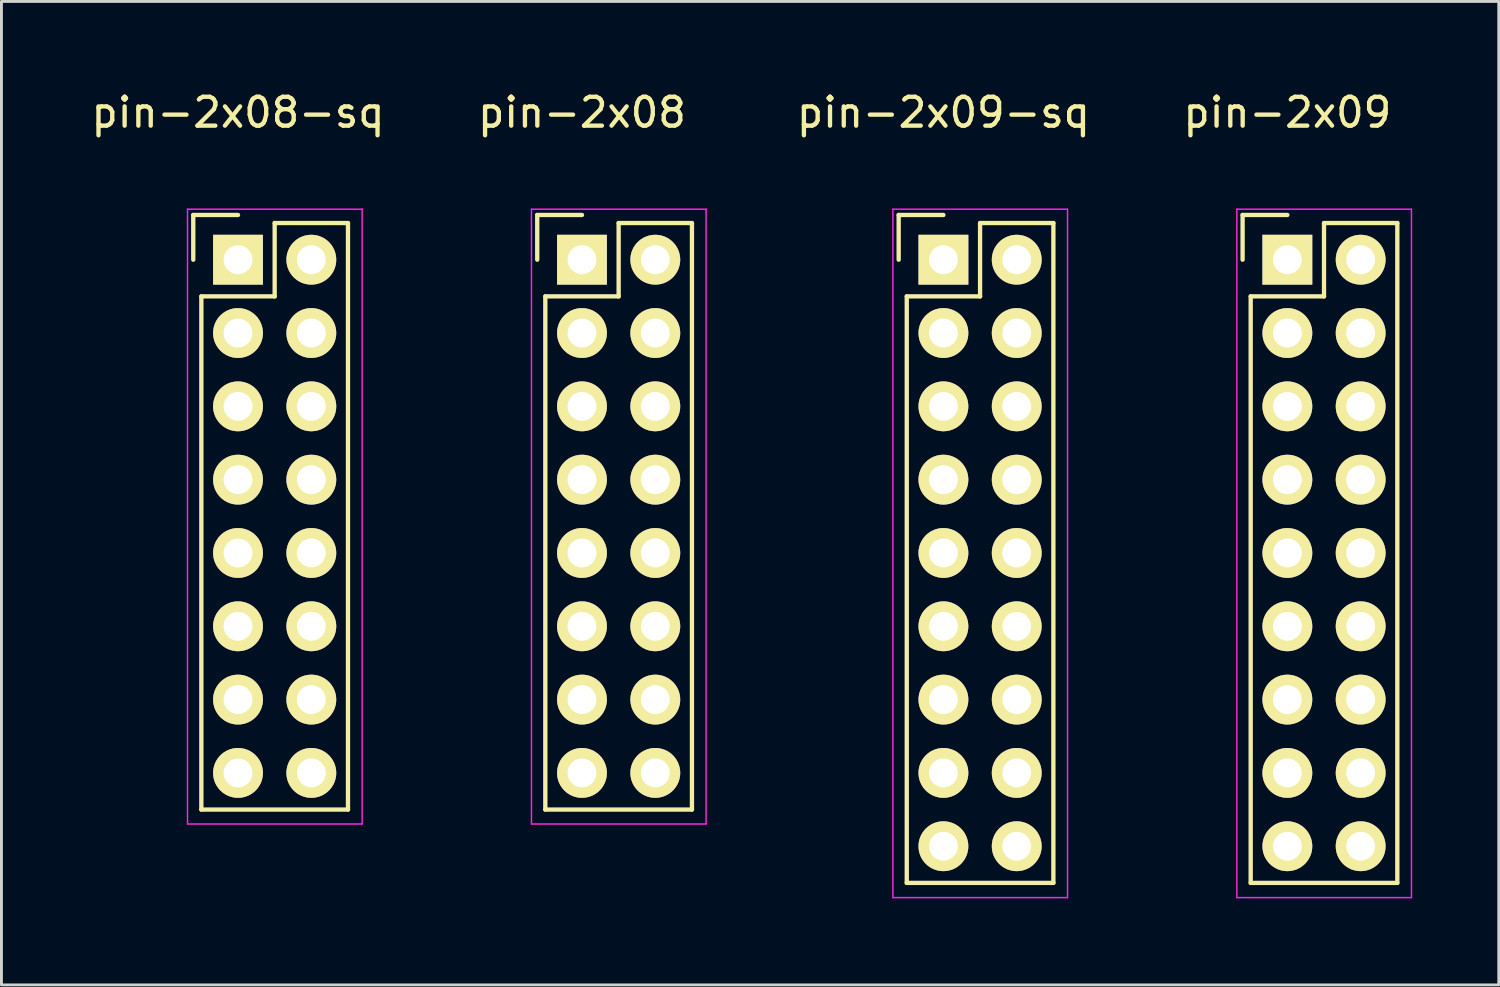
<source format=kicad_pcb>
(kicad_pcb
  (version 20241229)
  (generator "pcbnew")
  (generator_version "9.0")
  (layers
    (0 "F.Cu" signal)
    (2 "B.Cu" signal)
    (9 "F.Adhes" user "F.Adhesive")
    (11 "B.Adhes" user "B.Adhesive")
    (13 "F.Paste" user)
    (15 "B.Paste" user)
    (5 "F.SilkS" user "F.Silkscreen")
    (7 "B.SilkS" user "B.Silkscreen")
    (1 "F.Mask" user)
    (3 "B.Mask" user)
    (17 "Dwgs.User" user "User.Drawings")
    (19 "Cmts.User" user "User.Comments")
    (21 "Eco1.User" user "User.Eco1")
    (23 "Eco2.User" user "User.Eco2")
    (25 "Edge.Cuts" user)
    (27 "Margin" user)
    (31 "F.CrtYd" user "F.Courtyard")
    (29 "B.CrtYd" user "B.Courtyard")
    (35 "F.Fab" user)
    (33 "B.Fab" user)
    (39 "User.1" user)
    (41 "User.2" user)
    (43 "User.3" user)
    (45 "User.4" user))
  (footprint "pin-2x09"
    (layer "F.Cu")
    (at 41.551 5.948)
    (property "Reference" "pin-2x09" (at 0 -5.1 0) (layer "F.SilkS") (effects (font (size 1 1) (thickness 0.15))))
    (attr through_hole)
    (fp_line (start -1.55 -1.55) (end -1.55 0) (stroke (width 0.15) (type solid)) (layer "F.SilkS"))
    (fp_line (start -1.27 1.27) (end -1.27 21.59) (stroke (width 0.15) (type solid)) (layer "F.SilkS"))
    (fp_line (start 0 -1.55) (end -1.55 -1.55) (stroke (width 0.15) (type solid)) (layer "F.SilkS"))
    (fp_line (start 1.27 -1.27) (end 1.27 1.27) (stroke (width 0.15) (type solid)) (layer "F.SilkS"))
    (fp_line (start 1.27 1.27) (end -1.27 1.27) (stroke (width 0.15) (type solid)) (layer "F.SilkS"))
    (fp_line (start 3.81 -1.27) (end 1.27 -1.27) (stroke (width 0.15) (type solid)) (layer "F.SilkS"))
    (fp_line (start 3.81 21.59) (end -1.27 21.59) (stroke (width 0.15) (type solid)) (layer "F.SilkS"))
    (fp_line (start 3.81 21.59) (end 3.81 -1.27) (stroke (width 0.15) (type solid)) (layer "F.SilkS"))
    (fp_line (start -1.75 -1.75) (end -1.75 22.1) (stroke (width 0.05) (type solid)) (layer "F.CrtYd"))
    (fp_line (start -1.75 -1.75) (end 4.3 -1.75) (stroke (width 0.05) (type solid)) (layer "F.CrtYd"))
    (fp_line (start -1.75 22.1) (end 4.3 22.1) (stroke (width 0.05) (type solid)) (layer "F.CrtYd"))
    (fp_line (start 4.3 -1.75) (end 4.3 22.1) (stroke (width 0.05) (type solid)) (layer "F.CrtYd"))
    (pad "1" thru_hole rect (at 0 0) (size 1.727 1.727) (drill 1) (layers "*.Cu" "*.Mask" "F.SilkS"))
    (pad "2" thru_hole oval (at 2.54 0) (size 1.727 1.727) (drill 1) (layers "*.Cu" "*.Mask" "F.SilkS"))
    (pad "3" thru_hole oval (at 0 2.54) (size 1.727 1.727) (drill 1) (layers "*.Cu" "*.Mask" "F.SilkS"))
    (pad "4" thru_hole oval (at 2.54 2.54) (size 1.727 1.727) (drill 1) (layers "*.Cu" "*.Mask" "F.SilkS"))
    (pad "5" thru_hole oval (at 0 5.08) (size 1.727 1.727) (drill 1) (layers "*.Cu" "*.Mask" "F.SilkS"))
    (pad "6" thru_hole oval (at 2.54 5.08) (size 1.727 1.727) (drill 1) (layers "*.Cu" "*.Mask" "F.SilkS"))
    (pad "7" thru_hole oval (at 0 7.62) (size 1.727 1.727) (drill 1) (layers "*.Cu" "*.Mask" "F.SilkS"))
    (pad "8" thru_hole oval (at 2.54 7.62) (size 1.727 1.727) (drill 1) (layers "*.Cu" "*.Mask" "F.SilkS"))
    (pad "9" thru_hole oval (at 0 10.16) (size 1.727 1.727) (drill 1) (layers "*.Cu" "*.Mask" "F.SilkS"))
    (pad "10" thru_hole oval (at 2.54 10.16) (size 1.727 1.727) (drill 1) (layers "*.Cu" "*.Mask" "F.SilkS"))
    (pad "11" thru_hole oval (at 0 12.7) (size 1.727 1.727) (drill 1) (layers "*.Cu" "*.Mask" "F.SilkS"))
    (pad "12" thru_hole oval (at 2.54 12.7) (size 1.727 1.727) (drill 1) (layers "*.Cu" "*.Mask" "F.SilkS"))
    (pad "13" thru_hole oval (at 0 15.24) (size 1.727 1.727) (drill 1) (layers "*.Cu" "*.Mask" "F.SilkS"))
    (pad "14" thru_hole oval (at 2.54 15.24) (size 1.727 1.727) (drill 1) (layers "*.Cu" "*.Mask" "F.SilkS"))
    (pad "15" thru_hole oval (at 0 17.78) (size 1.727 1.727) (drill 1) (layers "*.Cu" "*.Mask" "F.SilkS"))
    (pad "16" thru_hole oval (at 2.54 17.78) (size 1.727 1.727) (drill 1) (layers "*.Cu" "*.Mask" "F.SilkS"))
    (pad "17" thru_hole oval (at 0 20.32) (size 1.727 1.727) (drill 1) (layers "*.Cu" "*.Mask" "F.SilkS"))
    (pad "18" thru_hole oval (at 2.54 20.32) (size 1.727 1.727) (drill 1) (layers "*.Cu" "*.Mask" "F.SilkS")))
  (footprint "pin-2x09-sq"
    (layer "F.Cu")
    (at 29.635 5.948)
    (property "Reference" "pin-2x09-sq" (at 0 -5.1 0) (layer "F.SilkS") (effects (font (size 1 1) (thickness 0.15))))
    (attr through_hole)
    (fp_line (start -1.55 -1.55) (end -1.55 0) (stroke (width 0.15) (type solid)) (layer "F.SilkS"))
    (fp_line (start -1.27 1.27) (end -1.27 21.59) (stroke (width 0.15) (type solid)) (layer "F.SilkS"))
    (fp_line (start 0 -1.55) (end -1.55 -1.55) (stroke (width 0.15) (type solid)) (layer "F.SilkS"))
    (fp_line (start 1.27 -1.27) (end 1.27 1.27) (stroke (width 0.15) (type solid)) (layer "F.SilkS"))
    (fp_line (start 1.27 1.27) (end -1.27 1.27) (stroke (width 0.15) (type solid)) (layer "F.SilkS"))
    (fp_line (start 3.81 -1.27) (end 1.27 -1.27) (stroke (width 0.15) (type solid)) (layer "F.SilkS"))
    (fp_line (start 3.81 21.59) (end -1.27 21.59) (stroke (width 0.15) (type solid)) (layer "F.SilkS"))
    (fp_line (start 3.81 21.59) (end 3.81 -1.27) (stroke (width 0.15) (type solid)) (layer "F.SilkS"))
    (fp_line (start -1.75 -1.75) (end -1.75 22.1) (stroke (width 0.05) (type solid)) (layer "F.CrtYd"))
    (fp_line (start -1.75 -1.75) (end 4.3 -1.75) (stroke (width 0.05) (type solid)) (layer "F.CrtYd"))
    (fp_line (start -1.75 22.1) (end 4.3 22.1) (stroke (width 0.05) (type solid)) (layer "F.CrtYd"))
    (fp_line (start 4.3 -1.75) (end 4.3 22.1) (stroke (width 0.05) (type solid)) (layer "F.CrtYd"))
    (pad "1" thru_hole rect (at 0 0) (size 1.727 1.727) (drill 1) (layers "*.Cu" "*.Mask" "F.SilkS"))
    (pad "2" thru_hole oval (at 2.54 0) (size 1.727 1.727) (drill 1) (layers "*.Cu" "*.Mask" "F.SilkS"))
    (pad "3" thru_hole oval (at 0 2.54) (size 1.727 1.727) (drill 1) (layers "*.Cu" "*.Mask" "F.SilkS"))
    (pad "4" thru_hole oval (at 2.54 2.54) (size 1.727 1.727) (drill 1) (layers "*.Cu" "*.Mask" "F.SilkS"))
    (pad "5" thru_hole oval (at 0 5.08) (size 1.727 1.727) (drill 1) (layers "*.Cu" "*.Mask" "F.SilkS"))
    (pad "6" thru_hole oval (at 2.54 5.08) (size 1.727 1.727) (drill 1) (layers "*.Cu" "*.Mask" "F.SilkS"))
    (pad "7" thru_hole oval (at 0 7.62) (size 1.727 1.727) (drill 1) (layers "*.Cu" "*.Mask" "F.SilkS"))
    (pad "8" thru_hole oval (at 2.54 7.62) (size 1.727 1.727) (drill 1) (layers "*.Cu" "*.Mask" "F.SilkS"))
    (pad "9" thru_hole oval (at 0 10.16) (size 1.727 1.727) (drill 1) (layers "*.Cu" "*.Mask" "F.SilkS"))
    (pad "10" thru_hole oval (at 2.54 10.16) (size 1.727 1.727) (drill 1) (layers "*.Cu" "*.Mask" "F.SilkS"))
    (pad "11" thru_hole oval (at 0 12.7) (size 1.727 1.727) (drill 1) (layers "*.Cu" "*.Mask" "F.SilkS"))
    (pad "12" thru_hole oval (at 2.54 12.7) (size 1.727 1.727) (drill 1) (layers "*.Cu" "*.Mask" "F.SilkS"))
    (pad "13" thru_hole oval (at 0 15.24) (size 1.727 1.727) (drill 1) (layers "*.Cu" "*.Mask" "F.SilkS"))
    (pad "14" thru_hole oval (at 2.54 15.24) (size 1.727 1.727) (drill 1) (layers "*.Cu" "*.Mask" "F.SilkS"))
    (pad "15" thru_hole oval (at 0 17.78) (size 1.727 1.727) (drill 1) (layers "*.Cu" "*.Mask" "F.SilkS"))
    (pad "16" thru_hole oval (at 2.54 17.78) (size 1.727 1.727) (drill 1) (layers "*.Cu" "*.Mask" "F.SilkS"))
    (pad "17" thru_hole oval (at 0 20.32) (size 1.727 1.727) (drill 1) (layers "*.Cu" "*.Mask" "F.SilkS"))
    (pad "18" thru_hole oval (at 2.54 20.32) (size 1.727 1.727) (drill 1) (layers "*.Cu" "*.Mask" "F.SilkS")))
  (footprint "pin-2x08"
    (layer "F.Cu")
    (at 17.113 5.948)
    (property "Reference" "pin-2x08" (at 0 -5.1 0) (layer "F.SilkS") (effects (font (size 1 1) (thickness 0.15))))
    (attr through_hole)
    (fp_line (start -1.55 -1.55) (end -1.55 0) (stroke (width 0.15) (type solid)) (layer "F.SilkS"))
    (fp_line (start -1.27 1.27) (end -1.27 19.05) (stroke (width 0.15) (type solid)) (layer "F.SilkS"))
    (fp_line (start 0 -1.55) (end -1.55 -1.55) (stroke (width 0.15) (type solid)) (layer "F.SilkS"))
    (fp_line (start 1.27 -1.27) (end 1.27 1.27) (stroke (width 0.15) (type solid)) (layer "F.SilkS"))
    (fp_line (start 1.27 1.27) (end -1.27 1.27) (stroke (width 0.15) (type solid)) (layer "F.SilkS"))
    (fp_line (start 3.81 -1.27) (end 1.27 -1.27) (stroke (width 0.15) (type solid)) (layer "F.SilkS"))
    (fp_line (start 3.81 19.05) (end -1.27 19.05) (stroke (width 0.15) (type solid)) (layer "F.SilkS"))
    (fp_line (start 3.81 19.05) (end 3.81 -1.27) (stroke (width 0.15) (type solid)) (layer "F.SilkS"))
    (fp_line (start -1.75 -1.75) (end -1.75 19.55) (stroke (width 0.05) (type solid)) (layer "F.CrtYd"))
    (fp_line (start -1.75 -1.75) (end 4.3 -1.75) (stroke (width 0.05) (type solid)) (layer "F.CrtYd"))
    (fp_line (start -1.75 19.55) (end 4.3 19.55) (stroke (width 0.05) (type solid)) (layer "F.CrtYd"))
    (fp_line (start 4.3 -1.75) (end 4.3 19.55) (stroke (width 0.05) (type solid)) (layer "F.CrtYd"))
    (pad "1" thru_hole rect (at 0 0) (size 1.727 1.727) (drill 1) (layers "*.Cu" "*.Mask" "F.SilkS"))
    (pad "2" thru_hole oval (at 2.54 0) (size 1.727 1.727) (drill 1) (layers "*.Cu" "*.Mask" "F.SilkS"))
    (pad "3" thru_hole oval (at 0 2.54) (size 1.727 1.727) (drill 1) (layers "*.Cu" "*.Mask" "F.SilkS"))
    (pad "4" thru_hole oval (at 2.54 2.54) (size 1.727 1.727) (drill 1) (layers "*.Cu" "*.Mask" "F.SilkS"))
    (pad "5" thru_hole oval (at 0 5.08) (size 1.727 1.727) (drill 1) (layers "*.Cu" "*.Mask" "F.SilkS"))
    (pad "6" thru_hole oval (at 2.54 5.08) (size 1.727 1.727) (drill 1) (layers "*.Cu" "*.Mask" "F.SilkS"))
    (pad "7" thru_hole oval (at 0 7.62) (size 1.727 1.727) (drill 1) (layers "*.Cu" "*.Mask" "F.SilkS"))
    (pad "8" thru_hole oval (at 2.54 7.62) (size 1.727 1.727) (drill 1) (layers "*.Cu" "*.Mask" "F.SilkS"))
    (pad "9" thru_hole oval (at 0 10.16) (size 1.727 1.727) (drill 1) (layers "*.Cu" "*.Mask" "F.SilkS"))
    (pad "10" thru_hole oval (at 2.54 10.16) (size 1.727 1.727) (drill 1) (layers "*.Cu" "*.Mask" "F.SilkS"))
    (pad "11" thru_hole oval (at 0 12.7) (size 1.727 1.727) (drill 1) (layers "*.Cu" "*.Mask" "F.SilkS"))
    (pad "12" thru_hole oval (at 2.54 12.7) (size 1.727 1.727) (drill 1) (layers "*.Cu" "*.Mask" "F.SilkS"))
    (pad "13" thru_hole oval (at 0 15.24) (size 1.727 1.727) (drill 1) (layers "*.Cu" "*.Mask" "F.SilkS"))
    (pad "14" thru_hole oval (at 2.54 15.24) (size 1.727 1.727) (drill 1) (layers "*.Cu" "*.Mask" "F.SilkS"))
    (pad "15" thru_hole oval (at 0 17.78) (size 1.727 1.727) (drill 1) (layers "*.Cu" "*.Mask" "F.SilkS"))
    (pad "16" thru_hole oval (at 2.54 17.78) (size 1.727 1.727) (drill 1) (layers "*.Cu" "*.Mask" "F.SilkS")))
  (footprint "pin-2x08-sq"
    (layer "F.Cu")
    (at 5.196 5.948)
    (property "Reference" "pin-2x08-sq" (at 0 -5.1 0) (layer "F.SilkS") (effects (font (size 1 1) (thickness 0.15))))
    (attr through_hole)
    (fp_line (start -1.55 -1.55) (end -1.55 0) (stroke (width 0.15) (type solid)) (layer "F.SilkS"))
    (fp_line (start -1.27 1.27) (end -1.27 19.05) (stroke (width 0.15) (type solid)) (layer "F.SilkS"))
    (fp_line (start 0 -1.55) (end -1.55 -1.55) (stroke (width 0.15) (type solid)) (layer "F.SilkS"))
    (fp_line (start 1.27 -1.27) (end 1.27 1.27) (stroke (width 0.15) (type solid)) (layer "F.SilkS"))
    (fp_line (start 1.27 1.27) (end -1.27 1.27) (stroke (width 0.15) (type solid)) (layer "F.SilkS"))
    (fp_line (start 3.81 -1.27) (end 1.27 -1.27) (stroke (width 0.15) (type solid)) (layer "F.SilkS"))
    (fp_line (start 3.81 19.05) (end -1.27 19.05) (stroke (width 0.15) (type solid)) (layer "F.SilkS"))
    (fp_line (start 3.81 19.05) (end 3.81 -1.27) (stroke (width 0.15) (type solid)) (layer "F.SilkS"))
    (fp_line (start -1.75 -1.75) (end -1.75 19.55) (stroke (width 0.05) (type solid)) (layer "F.CrtYd"))
    (fp_line (start -1.75 -1.75) (end 4.3 -1.75) (stroke (width 0.05) (type solid)) (layer "F.CrtYd"))
    (fp_line (start -1.75 19.55) (end 4.3 19.55) (stroke (width 0.05) (type solid)) (layer "F.CrtYd"))
    (fp_line (start 4.3 -1.75) (end 4.3 19.55) (stroke (width 0.05) (type solid)) (layer "F.CrtYd"))
    (pad "1" thru_hole rect (at 0 0) (size 1.727 1.727) (drill 1) (layers "*.Cu" "*.Mask" "F.SilkS"))
    (pad "2" thru_hole oval (at 2.54 0) (size 1.727 1.727) (drill 1) (layers "*.Cu" "*.Mask" "F.SilkS"))
    (pad "3" thru_hole oval (at 0 2.54) (size 1.727 1.727) (drill 1) (layers "*.Cu" "*.Mask" "F.SilkS"))
    (pad "4" thru_hole oval (at 2.54 2.54) (size 1.727 1.727) (drill 1) (layers "*.Cu" "*.Mask" "F.SilkS"))
    (pad "5" thru_hole oval (at 0 5.08) (size 1.727 1.727) (drill 1) (layers "*.Cu" "*.Mask" "F.SilkS"))
    (pad "6" thru_hole oval (at 2.54 5.08) (size 1.727 1.727) (drill 1) (layers "*.Cu" "*.Mask" "F.SilkS"))
    (pad "7" thru_hole oval (at 0 7.62) (size 1.727 1.727) (drill 1) (layers "*.Cu" "*.Mask" "F.SilkS"))
    (pad "8" thru_hole oval (at 2.54 7.62) (size 1.727 1.727) (drill 1) (layers "*.Cu" "*.Mask" "F.SilkS"))
    (pad "9" thru_hole oval (at 0 10.16) (size 1.727 1.727) (drill 1) (layers "*.Cu" "*.Mask" "F.SilkS"))
    (pad "10" thru_hole oval (at 2.54 10.16) (size 1.727 1.727) (drill 1) (layers "*.Cu" "*.Mask" "F.SilkS"))
    (pad "11" thru_hole oval (at 0 12.7) (size 1.727 1.727) (drill 1) (layers "*.Cu" "*.Mask" "F.SilkS"))
    (pad "12" thru_hole oval (at 2.54 12.7) (size 1.727 1.727) (drill 1) (layers "*.Cu" "*.Mask" "F.SilkS"))
    (pad "13" thru_hole oval (at 0 15.24) (size 1.727 1.727) (drill 1) (layers "*.Cu" "*.Mask" "F.SilkS"))
    (pad "14" thru_hole oval (at 2.54 15.24) (size 1.727 1.727) (drill 1) (layers "*.Cu" "*.Mask" "F.SilkS"))
    (pad "15" thru_hole oval (at 0 17.78) (size 1.727 1.727) (drill 1) (layers "*.Cu" "*.Mask" "F.SilkS"))
    (pad "16" thru_hole oval (at 2.54 17.78) (size 1.727 1.727) (drill 1) (layers "*.Cu" "*.Mask" "F.SilkS")))
  (gr_rect
    (start -3 -3)
    (end 48.876 31.073)
    (stroke (width 0.1) (type default))
    (fill no)
    (layer "Edge.Cuts")))
</source>
